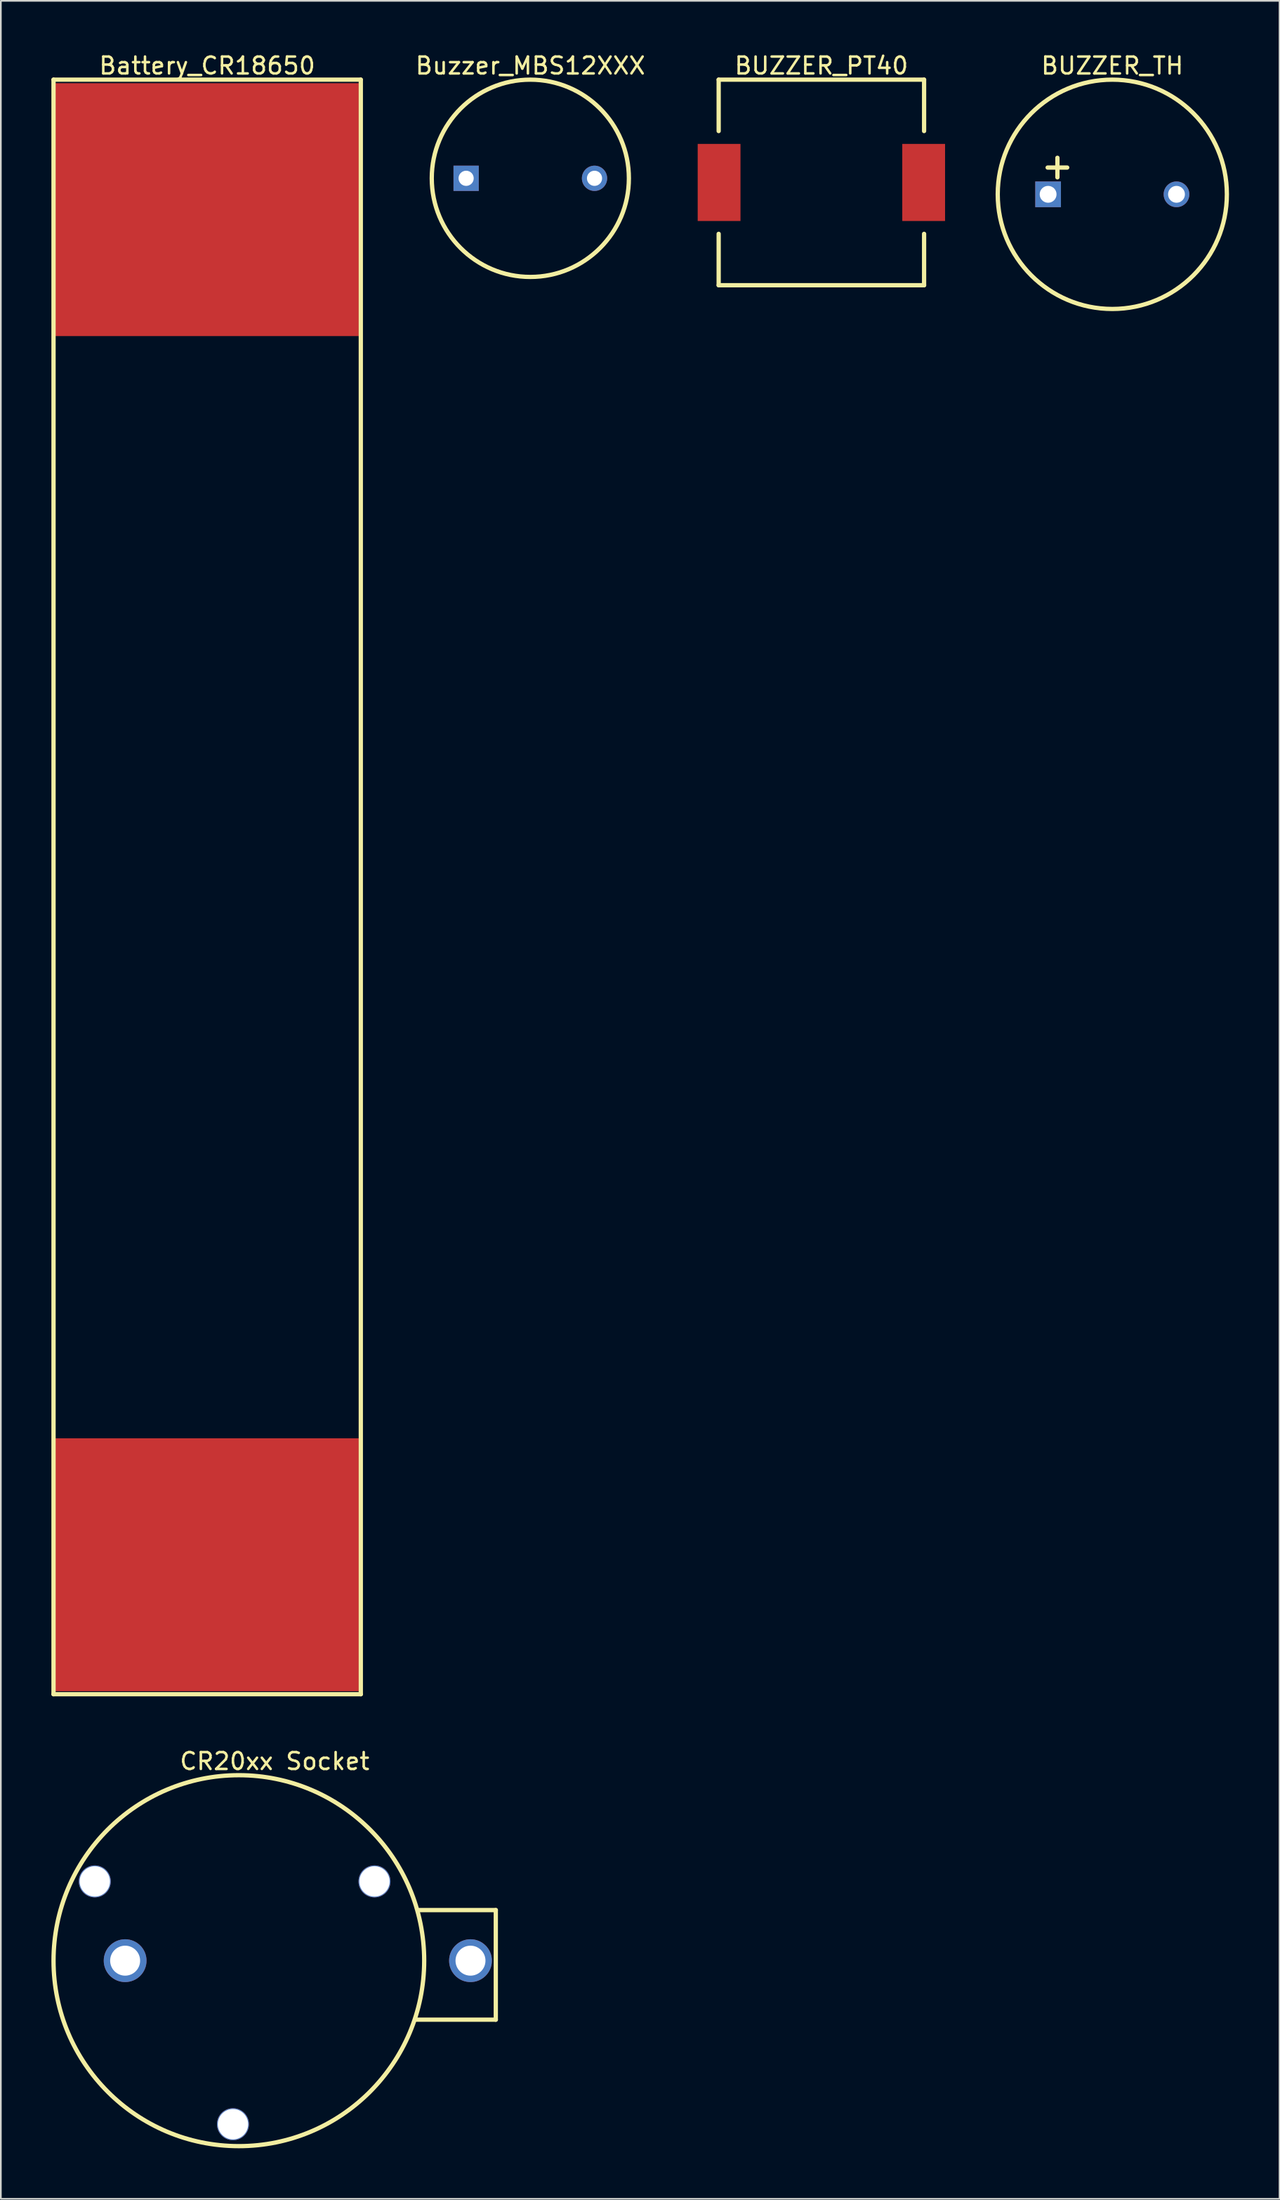
<source format=kicad_pcb>
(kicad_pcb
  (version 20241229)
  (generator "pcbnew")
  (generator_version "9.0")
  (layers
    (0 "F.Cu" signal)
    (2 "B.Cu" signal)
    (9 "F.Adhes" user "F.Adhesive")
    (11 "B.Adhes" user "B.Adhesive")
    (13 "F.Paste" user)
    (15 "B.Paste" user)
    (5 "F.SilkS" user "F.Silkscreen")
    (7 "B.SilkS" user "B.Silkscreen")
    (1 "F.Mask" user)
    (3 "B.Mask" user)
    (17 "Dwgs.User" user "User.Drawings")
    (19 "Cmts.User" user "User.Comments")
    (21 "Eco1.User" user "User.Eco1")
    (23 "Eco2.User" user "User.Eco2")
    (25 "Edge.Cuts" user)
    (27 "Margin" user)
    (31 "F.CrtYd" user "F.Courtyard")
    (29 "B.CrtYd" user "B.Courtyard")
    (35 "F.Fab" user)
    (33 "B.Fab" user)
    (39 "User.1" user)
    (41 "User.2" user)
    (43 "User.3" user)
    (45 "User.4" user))
  (footprint "Battery_CR18650"
    (layer "F.Cu")
    (at 9.373 47.954)
    (property "Reference" "Battery_CR18650" (at -0.127 -47.106 0) (layer "F.SilkS") (effects (font (size 1 1) (thickness 0.15))))
    (fp_line (start -9.246 -46.279) (end 8.992 -46.279) (stroke (width 0.254) (type solid)) (layer "F.SilkS"))
    (fp_line (start -9.246 49.479) (end -9.246 -46.279) (stroke (width 0.254) (type solid)) (layer "F.SilkS"))
    (fp_line (start -9.246 49.479) (end 8.992 49.479) (stroke (width 0.254) (type solid)) (layer "F.SilkS"))
    (fp_line (start 8.992 49.479) (end 8.992 -46.279) (stroke (width 0.254) (type solid)) (layer "F.SilkS"))
    (pad "N" smd rect (at -0.13 -38.571 180) (size 18 15) (layers "F.Cu" "F.Mask" "F.Paste"))
    (pad "P" smd rect (at -0.13 41.801 180) (size 18 15) (layers "F.Cu" "F.Mask" "F.Paste")))
  (footprint "CR20xx Socket"
    (layer "F.Cu")
    (at 4.377 113.236)
    (property "Reference" "CR20xx Socket" (at 8.875 -11.827 0) (layer "F.SilkS") (effects (font (size 1 1) (thickness 0.15))))
    (fp_line (start 17.272 3.5) (end 22 3.5) (stroke (width 0.254) (type solid)) (layer "F.SilkS"))
    (fp_line (start 17.399 -3) (end 22 -3) (stroke (width 0.254) (type solid)) (layer "F.SilkS"))
    (fp_line (start 22 3.5) (end 22 -3) (stroke (width 0.254) (type solid)) (layer "F.SilkS"))
    (fp_circle (center 6.75 0) (end 6.75 -11) (stroke (width 0.254) (type solid)) (fill no) (layer "F.SilkS"))
    (pad "" thru_hole circle (at -1.8 -4.7) (size 1.9 1.9) (drill 1.8) (layers "*.Cu" "*.Mask"))
    (pad "" thru_hole circle (at 6.4 9.7) (size 1.9 1.9) (drill 1.8) (layers "*.Cu" "*.Mask"))
    (pad "" thru_hole circle (at 14.8 -4.7) (size 1.9 1.9) (drill 1.8) (layers "*.Cu" "*.Mask"))
    (pad "+" thru_hole circle (at 20.498 0) (size 2.54 2.54) (drill 1.778) (layers "*.Cu" "*.Mask"))
    (pad "-" thru_hole circle (at 0 0) (size 2.54 2.54) (drill 1.778) (layers "*.Cu" "*.Mask")))
  (footprint "BUZZER_TH"
    (layer "F.Cu")
    (at 62.968 8.475)
    (property "Reference" "BUZZER_TH" (at 0 -7.627 0) (layer "F.SilkS") (effects (font (size 1 1) (thickness 0.15))))
    (fp_circle (center 0 0) (end 0 -6.8) (stroke (width 0.254) (type solid)) (fill no) (layer "F.SilkS"))
    (fp_text_box "+" (start -4.318 -2.54) (end -2.794 -1.016) (margins 0 0 0 0) (layer "F.SilkS") (effects (font (size 1.524 1.524) (thickness 0.254)) (justify left top)) (border no) (stroke (width 0.1) (type default)))
    (pad "1" thru_hole rect (at -3.81 0) (size 1.524 1.524) (drill 1) (layers "*.Cu" "*.Mask"))
    (pad "2" thru_hole circle (at 3.81 0) (size 1.524 1.524) (drill 1) (layers "*.Cu" "*.Mask")))
  (footprint "Buzzer_MBS12XXX"
    (layer "F.Cu")
    (at 28.426 7.525)
    (property "Reference" "Buzzer_MBS12XXX" (at 0 -6.677 0) (layer "F.SilkS") (effects (font (size 1 1) (thickness 0.15))))
    (fp_circle (center 0 0) (end 0 -5.85) (stroke (width 0.254) (type solid)) (fill no) (layer "F.SilkS"))
    (pad "1" thru_hole rect (at -3.81 0) (size 1.5 1.5) (drill 0.9) (layers "*.Cu" "*.Mask"))
    (pad "2" thru_hole circle (at 3.81 0) (size 1.5 1.5) (drill 0.9) (layers "*.Cu" "*.Mask")))
  (footprint "BUZZER_PT40"
    (layer "F.Cu")
    (at 45.701 7.771)
    (property "Reference" "BUZZER_PT40" (at 0 -6.923 0) (layer "F.SilkS") (effects (font (size 1 1) (thickness 0.15))))
    (fp_line (start -6.096 -6.096) (end 6.096 -6.096) (stroke (width 0.254) (type solid)) (layer "F.SilkS"))
    (fp_line (start -6.096 -3.048) (end -6.096 -6.096) (stroke (width 0.254) (type solid)) (layer "F.SilkS"))
    (fp_line (start -6.096 6.096) (end -6.096 3.048) (stroke (width 0.254) (type solid)) (layer "F.SilkS"))
    (fp_line (start -6.096 6.096) (end 6.096 6.096) (stroke (width 0.254) (type solid)) (layer "F.SilkS"))
    (fp_line (start 6.096 -3.048) (end 6.096 -6.096) (stroke (width 0.254) (type solid)) (layer "F.SilkS"))
    (fp_line (start 6.096 6.096) (end 6.096 3.048) (stroke (width 0.254) (type solid)) (layer "F.SilkS"))
    (pad "1" smd rect (at -6.071 0) (size 2.54 4.572) (layers "F.Cu" "F.Mask" "F.Paste"))
    (pad "2" smd rect (at 6.071 0) (size 2.54 4.572) (layers "F.Cu" "F.Mask" "F.Paste")))
  (gr_rect
    (start -3 -3)
    (end 72.895 127.362)
    (stroke (width 0.1) (type default))
    (fill no)
    (layer "Edge.Cuts")))
</source>
